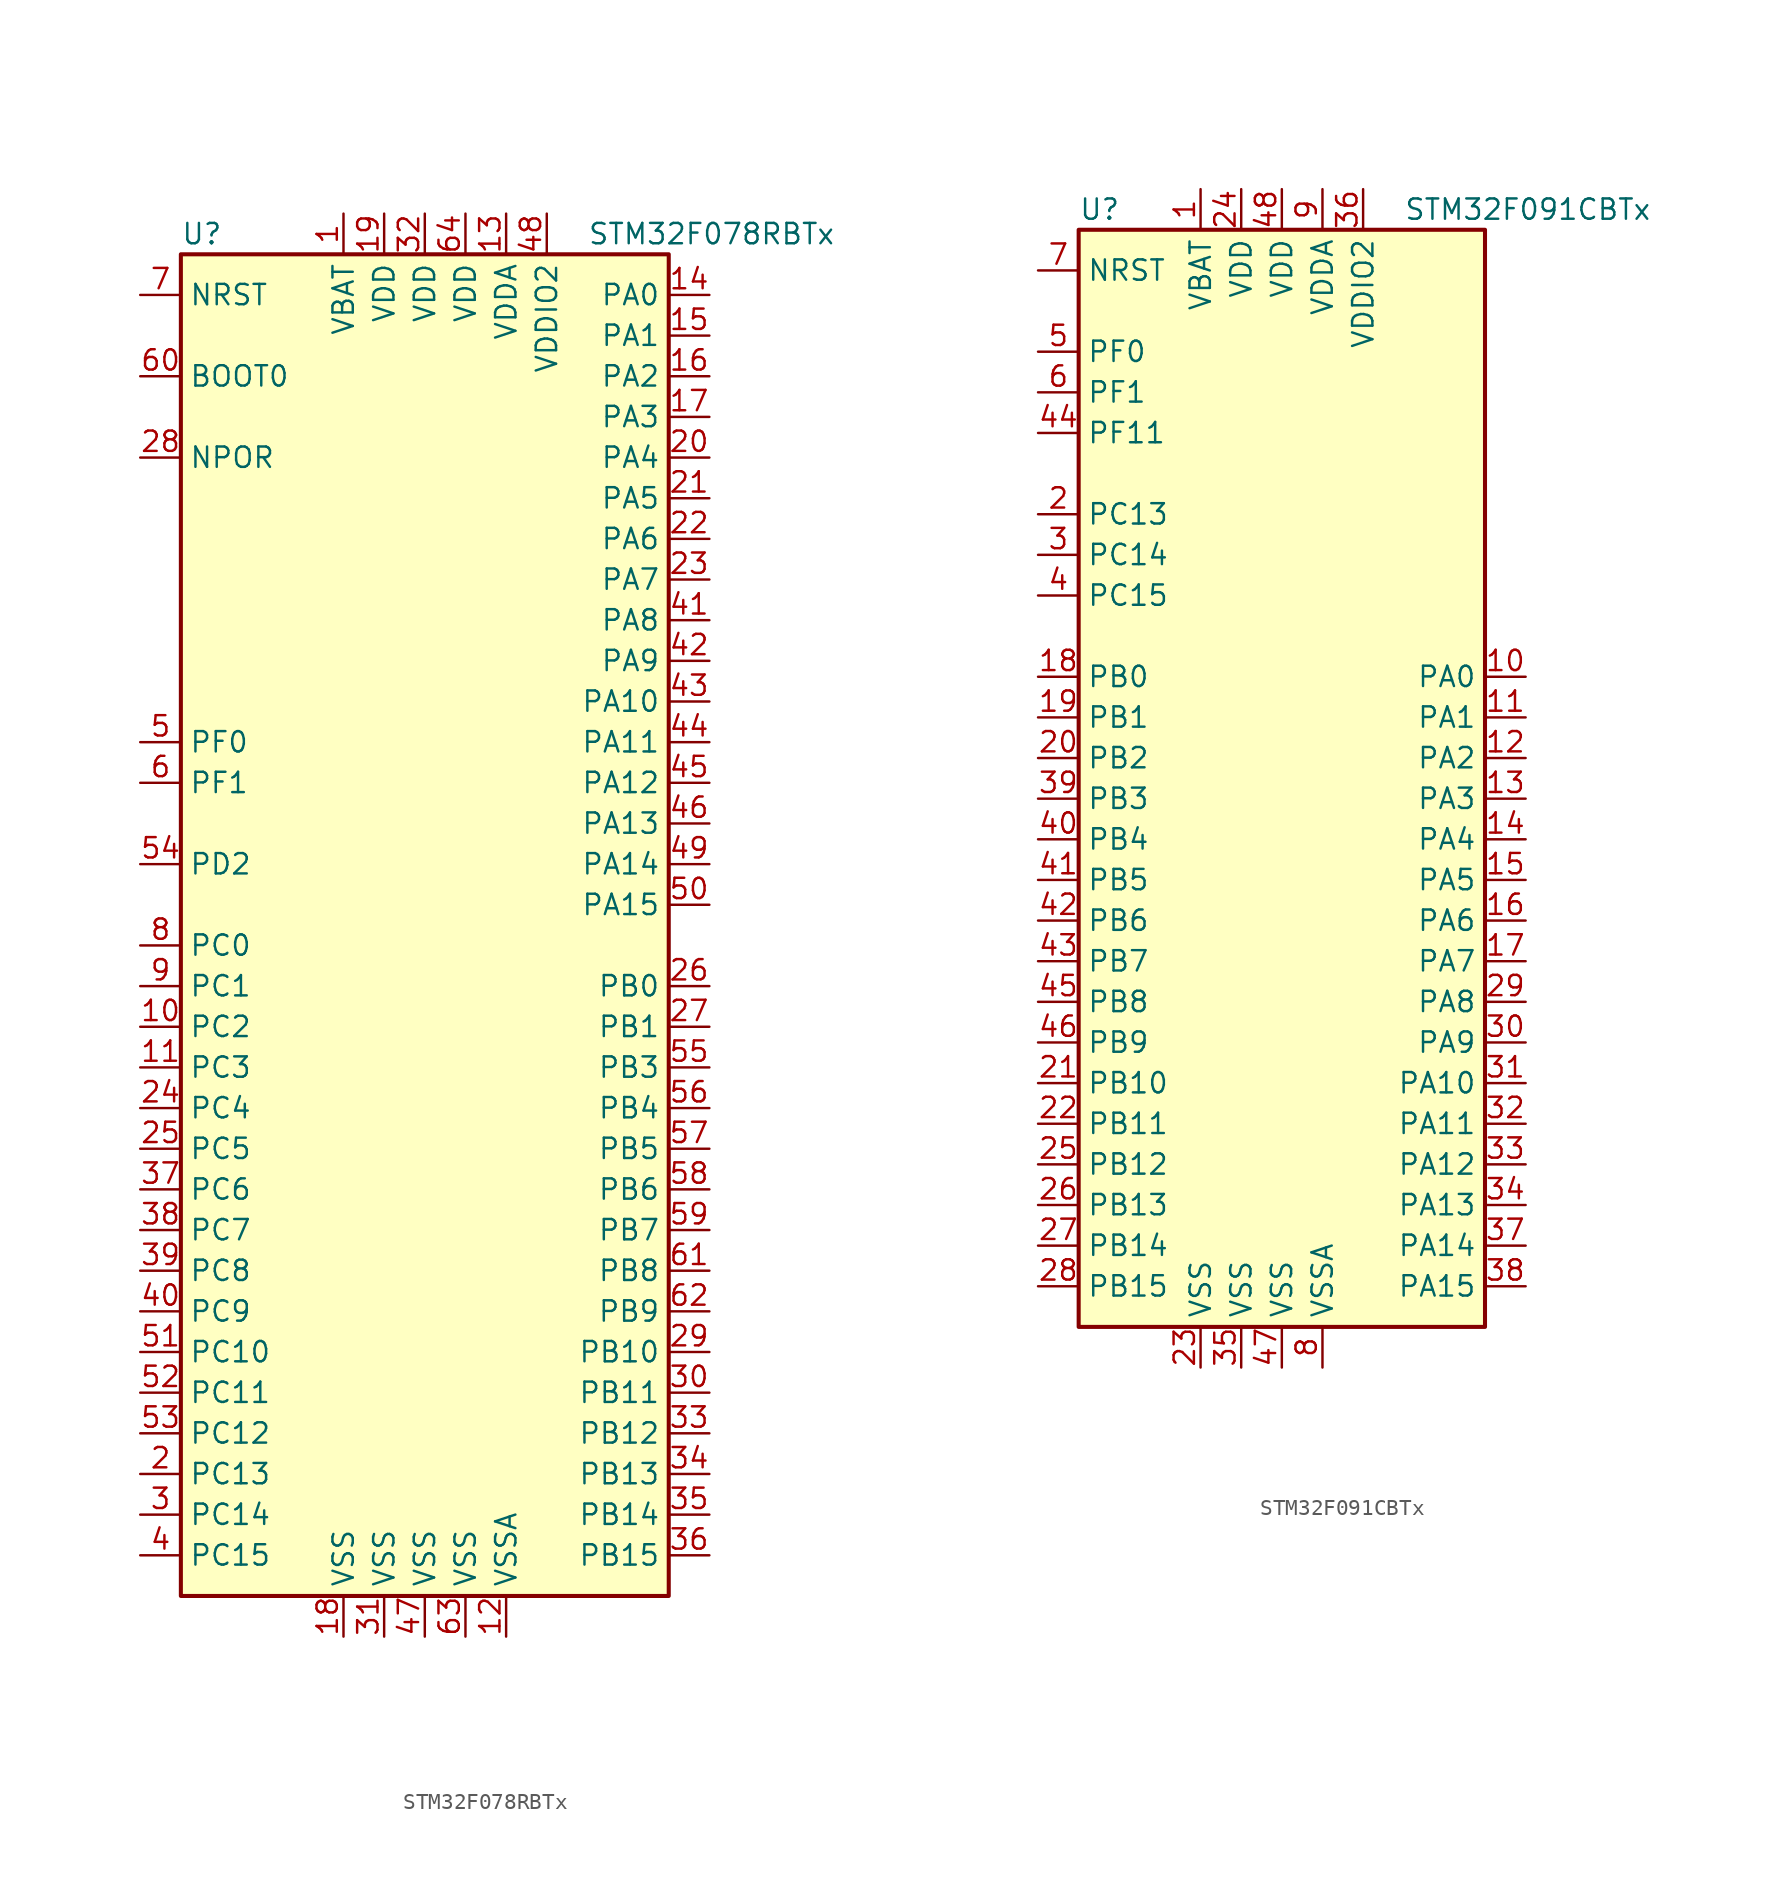
<source format=kicad_sym>
(kicad_symbol_lib
  (version 20201005)
  (generator kicad_symbol_editor)
  (symbol "MCU_ST_STM32F0:STM32F078RBTx"
    (property "Reference" "U"
      (at -15.24 41.91 0)
      (effects (font (size 1.27 1.27)) (justify left)))
    (property "Value" "STM32F078RBTx"
      (at 10.16 41.91 0)
      (effects (font (size 1.27 1.27)) (justify left)))
    (symbol "STM32F078RBTx_0_1"
      (rectangle (start -15.24 -43.18) (end 15.24 40.64) (stroke (width 0.254)) (fill (type background))))
    (symbol "STM32F078RBTx_1_1"
      (pin power_in line (at -5.08 43.18 270) (length 2.54) (name "VBAT" (effects (font (size 1.27 1.27)))) (number "1" (effects (font (size 1.27 1.27)))))
      (pin bidirectional line (at -17.78 -7.62 0) (length 2.54) (name "PC2" (effects (font (size 1.27 1.27)))) (number "10" (effects (font (size 1.27 1.27)))))
      (pin bidirectional line (at -17.78 -10.16 0) (length 2.54) (name "PC3" (effects (font (size 1.27 1.27)))) (number "11" (effects (font (size 1.27 1.27)))))
      (pin power_in line (at 5.08 -45.72 90) (length 2.54) (name "VSSA" (effects (font (size 1.27 1.27)))) (number "12" (effects (font (size 1.27 1.27)))))
      (pin power_in line (at 5.08 43.18 270) (length 2.54) (name "VDDA" (effects (font (size 1.27 1.27)))) (number "13" (effects (font (size 1.27 1.27)))))
      (pin bidirectional line (at 17.78 38.1 180) (length 2.54) (name "PA0" (effects (font (size 1.27 1.27)))) (number "14" (effects (font (size 1.27 1.27)))))
      (pin bidirectional line (at 17.78 35.56 180) (length 2.54) (name "PA1" (effects (font (size 1.27 1.27)))) (number "15" (effects (font (size 1.27 1.27)))))
      (pin bidirectional line (at 17.78 33.02 180) (length 2.54) (name "PA2" (effects (font (size 1.27 1.27)))) (number "16" (effects (font (size 1.27 1.27)))))
      (pin bidirectional line (at 17.78 30.48 180) (length 2.54) (name "PA3" (effects (font (size 1.27 1.27)))) (number "17" (effects (font (size 1.27 1.27)))))
      (pin power_in line (at -5.08 -45.72 90) (length 2.54) (name "VSS" (effects (font (size 1.27 1.27)))) (number "18" (effects (font (size 1.27 1.27)))))
      (pin power_in line (at -2.54 43.18 270) (length 2.54) (name "VDD" (effects (font (size 1.27 1.27)))) (number "19" (effects (font (size 1.27 1.27)))))
      (pin bidirectional line (at -17.78 -35.56 0) (length 2.54) (name "PC13" (effects (font (size 1.27 1.27)))) (number "2" (effects (font (size 1.27 1.27)))))
      (pin bidirectional line (at 17.78 27.94 180) (length 2.54) (name "PA4" (effects (font (size 1.27 1.27)))) (number "20" (effects (font (size 1.27 1.27)))))
      (pin bidirectional line (at 17.78 25.4 180) (length 2.54) (name "PA5" (effects (font (size 1.27 1.27)))) (number "21" (effects (font (size 1.27 1.27)))))
      (pin bidirectional line (at 17.78 22.86 180) (length 2.54) (name "PA6" (effects (font (size 1.27 1.27)))) (number "22" (effects (font (size 1.27 1.27)))))
      (pin bidirectional line (at 17.78 20.32 180) (length 2.54) (name "PA7" (effects (font (size 1.27 1.27)))) (number "23" (effects (font (size 1.27 1.27)))))
      (pin bidirectional line (at -17.78 -12.7 0) (length 2.54) (name "PC4" (effects (font (size 1.27 1.27)))) (number "24" (effects (font (size 1.27 1.27)))))
      (pin bidirectional line (at -17.78 -15.24 0) (length 2.54) (name "PC5" (effects (font (size 1.27 1.27)))) (number "25" (effects (font (size 1.27 1.27)))))
      (pin bidirectional line (at 17.78 -5.08 180) (length 2.54) (name "PB0" (effects (font (size 1.27 1.27)))) (number "26" (effects (font (size 1.27 1.27)))))
      (pin bidirectional line (at 17.78 -7.62 180) (length 2.54) (name "PB1" (effects (font (size 1.27 1.27)))) (number "27" (effects (font (size 1.27 1.27)))))
      (pin power_in line (at -17.78 27.94 0) (length 2.54) (name "NPOR" (effects (font (size 1.27 1.27)))) (number "28" (effects (font (size 1.27 1.27)))))
      (pin bidirectional line (at 17.78 -27.94 180) (length 2.54) (name "PB10" (effects (font (size 1.27 1.27)))) (number "29" (effects (font (size 1.27 1.27)))))
      (pin bidirectional line (at -17.78 -38.1 0) (length 2.54) (name "PC14" (effects (font (size 1.27 1.27)))) (number "3" (effects (font (size 1.27 1.27)))))
      (pin bidirectional line (at 17.78 -30.48 180) (length 2.54) (name "PB11" (effects (font (size 1.27 1.27)))) (number "30" (effects (font (size 1.27 1.27)))))
      (pin power_in line (at -2.54 -45.72 90) (length 2.54) (name "VSS" (effects (font (size 1.27 1.27)))) (number "31" (effects (font (size 1.27 1.27)))))
      (pin power_in line (at 0 43.18 270) (length 2.54) (name "VDD" (effects (font (size 1.27 1.27)))) (number "32" (effects (font (size 1.27 1.27)))))
      (pin bidirectional line (at 17.78 -33.02 180) (length 2.54) (name "PB12" (effects (font (size 1.27 1.27)))) (number "33" (effects (font (size 1.27 1.27)))))
      (pin bidirectional line (at 17.78 -35.56 180) (length 2.54) (name "PB13" (effects (font (size 1.27 1.27)))) (number "34" (effects (font (size 1.27 1.27)))))
      (pin bidirectional line (at 17.78 -38.1 180) (length 2.54) (name "PB14" (effects (font (size 1.27 1.27)))) (number "35" (effects (font (size 1.27 1.27)))))
      (pin bidirectional line (at 17.78 -40.64 180) (length 2.54) (name "PB15" (effects (font (size 1.27 1.27)))) (number "36" (effects (font (size 1.27 1.27)))))
      (pin bidirectional line (at -17.78 -17.78 0) (length 2.54) (name "PC6" (effects (font (size 1.27 1.27)))) (number "37" (effects (font (size 1.27 1.27)))))
      (pin bidirectional line (at -17.78 -20.32 0) (length 2.54) (name "PC7" (effects (font (size 1.27 1.27)))) (number "38" (effects (font (size 1.27 1.27)))))
      (pin bidirectional line (at -17.78 -22.86 0) (length 2.54) (name "PC8" (effects (font (size 1.27 1.27)))) (number "39" (effects (font (size 1.27 1.27)))))
      (pin bidirectional line (at -17.78 -40.64 0) (length 2.54) (name "PC15" (effects (font (size 1.27 1.27)))) (number "4" (effects (font (size 1.27 1.27)))))
      (pin bidirectional line (at -17.78 -25.4 0) (length 2.54) (name "PC9" (effects (font (size 1.27 1.27)))) (number "40" (effects (font (size 1.27 1.27)))))
      (pin bidirectional line (at 17.78 17.78 180) (length 2.54) (name "PA8" (effects (font (size 1.27 1.27)))) (number "41" (effects (font (size 1.27 1.27)))))
      (pin bidirectional line (at 17.78 15.24 180) (length 2.54) (name "PA9" (effects (font (size 1.27 1.27)))) (number "42" (effects (font (size 1.27 1.27)))))
      (pin bidirectional line (at 17.78 12.7 180) (length 2.54) (name "PA10" (effects (font (size 1.27 1.27)))) (number "43" (effects (font (size 1.27 1.27)))))
      (pin bidirectional line (at 17.78 10.16 180) (length 2.54) (name "PA11" (effects (font (size 1.27 1.27)))) (number "44" (effects (font (size 1.27 1.27)))))
      (pin bidirectional line (at 17.78 7.62 180) (length 2.54) (name "PA12" (effects (font (size 1.27 1.27)))) (number "45" (effects (font (size 1.27 1.27)))))
      (pin bidirectional line (at 17.78 5.08 180) (length 2.54) (name "PA13" (effects (font (size 1.27 1.27)))) (number "46" (effects (font (size 1.27 1.27)))))
      (pin power_in line (at 0 -45.72 90) (length 2.54) (name "VSS" (effects (font (size 1.27 1.27)))) (number "47" (effects (font (size 1.27 1.27)))))
      (pin power_in line (at 7.62 43.18 270) (length 2.54) (name "VDDIO2" (effects (font (size 1.27 1.27)))) (number "48" (effects (font (size 1.27 1.27)))))
      (pin bidirectional line (at 17.78 2.54 180) (length 2.54) (name "PA14" (effects (font (size 1.27 1.27)))) (number "49" (effects (font (size 1.27 1.27)))))
      (pin input line (at -17.78 10.16 0) (length 2.54) (name "PF0" (effects (font (size 1.27 1.27)))) (number "5" (effects (font (size 1.27 1.27)))))
      (pin bidirectional line (at 17.78 0 180) (length 2.54) (name "PA15" (effects (font (size 1.27 1.27)))) (number "50" (effects (font (size 1.27 1.27)))))
      (pin bidirectional line (at -17.78 -27.94 0) (length 2.54) (name "PC10" (effects (font (size 1.27 1.27)))) (number "51" (effects (font (size 1.27 1.27)))))
      (pin bidirectional line (at -17.78 -30.48 0) (length 2.54) (name "PC11" (effects (font (size 1.27 1.27)))) (number "52" (effects (font (size 1.27 1.27)))))
      (pin bidirectional line (at -17.78 -33.02 0) (length 2.54) (name "PC12" (effects (font (size 1.27 1.27)))) (number "53" (effects (font (size 1.27 1.27)))))
      (pin bidirectional line (at -17.78 2.54 0) (length 2.54) (name "PD2" (effects (font (size 1.27 1.27)))) (number "54" (effects (font (size 1.27 1.27)))))
      (pin bidirectional line (at 17.78 -10.16 180) (length 2.54) (name "PB3" (effects (font (size 1.27 1.27)))) (number "55" (effects (font (size 1.27 1.27)))))
      (pin bidirectional line (at 17.78 -12.7 180) (length 2.54) (name "PB4" (effects (font (size 1.27 1.27)))) (number "56" (effects (font (size 1.27 1.27)))))
      (pin bidirectional line (at 17.78 -15.24 180) (length 2.54) (name "PB5" (effects (font (size 1.27 1.27)))) (number "57" (effects (font (size 1.27 1.27)))))
      (pin bidirectional line (at 17.78 -17.78 180) (length 2.54) (name "PB6" (effects (font (size 1.27 1.27)))) (number "58" (effects (font (size 1.27 1.27)))))
      (pin bidirectional line (at 17.78 -20.32 180) (length 2.54) (name "PB7" (effects (font (size 1.27 1.27)))) (number "59" (effects (font (size 1.27 1.27)))))
      (pin input line (at -17.78 7.62 0) (length 2.54) (name "PF1" (effects (font (size 1.27 1.27)))) (number "6" (effects (font (size 1.27 1.27)))))
      (pin input line (at -17.78 33.02 0) (length 2.54) (name "BOOT0" (effects (font (size 1.27 1.27)))) (number "60" (effects (font (size 1.27 1.27)))))
      (pin bidirectional line (at 17.78 -22.86 180) (length 2.54) (name "PB8" (effects (font (size 1.27 1.27)))) (number "61" (effects (font (size 1.27 1.27)))))
      (pin bidirectional line (at 17.78 -25.4 180) (length 2.54) (name "PB9" (effects (font (size 1.27 1.27)))) (number "62" (effects (font (size 1.27 1.27)))))
      (pin power_in line (at 2.54 -45.72 90) (length 2.54) (name "VSS" (effects (font (size 1.27 1.27)))) (number "63" (effects (font (size 1.27 1.27)))))
      (pin power_in line (at 2.54 43.18 270) (length 2.54) (name "VDD" (effects (font (size 1.27 1.27)))) (number "64" (effects (font (size 1.27 1.27)))))
      (pin input line (at -17.78 38.1 0) (length 2.54) (name "NRST" (effects (font (size 1.27 1.27)))) (number "7" (effects (font (size 1.27 1.27)))))
      (pin bidirectional line (at -17.78 -2.54 0) (length 2.54) (name "PC0" (effects (font (size 1.27 1.27)))) (number "8" (effects (font (size 1.27 1.27)))))
      (pin bidirectional line (at -17.78 -5.08 0) (length 2.54) (name "PC1" (effects (font (size 1.27 1.27)))) (number "9" (effects (font (size 1.27 1.27)))))))
  (symbol "MCU_ST_STM32F0:STM32F091CBTx"
    (property "Reference" "U"
      (at -12.7 34.29 0)
      (effects (font (size 1.27 1.27)) (justify left)))
    (property "Value" "STM32F091CBTx"
      (at 7.62 34.29 0)
      (effects (font (size 1.27 1.27)) (justify left)))
    (symbol "STM32F091CBTx_0_1"
      (rectangle (start -12.7 -35.56) (end 12.7 33.02) (stroke (width 0.254)) (fill (type background))))
    (symbol "STM32F091CBTx_1_1"
      (pin power_in line (at -5.08 35.56 270) (length 2.54) (name "VBAT" (effects (font (size 1.27 1.27)))) (number "1" (effects (font (size 1.27 1.27)))))
      (pin bidirectional line (at 15.24 5.08 180) (length 2.54) (name "PA0" (effects (font (size 1.27 1.27)))) (number "10" (effects (font (size 1.27 1.27)))))
      (pin bidirectional line (at 15.24 2.54 180) (length 2.54) (name "PA1" (effects (font (size 1.27 1.27)))) (number "11" (effects (font (size 1.27 1.27)))))
      (pin bidirectional line (at 15.24 0 180) (length 2.54) (name "PA2" (effects (font (size 1.27 1.27)))) (number "12" (effects (font (size 1.27 1.27)))))
      (pin bidirectional line (at 15.24 -2.54 180) (length 2.54) (name "PA3" (effects (font (size 1.27 1.27)))) (number "13" (effects (font (size 1.27 1.27)))))
      (pin bidirectional line (at 15.24 -5.08 180) (length 2.54) (name "PA4" (effects (font (size 1.27 1.27)))) (number "14" (effects (font (size 1.27 1.27)))))
      (pin bidirectional line (at 15.24 -7.62 180) (length 2.54) (name "PA5" (effects (font (size 1.27 1.27)))) (number "15" (effects (font (size 1.27 1.27)))))
      (pin bidirectional line (at 15.24 -10.16 180) (length 2.54) (name "PA6" (effects (font (size 1.27 1.27)))) (number "16" (effects (font (size 1.27 1.27)))))
      (pin bidirectional line (at 15.24 -12.7 180) (length 2.54) (name "PA7" (effects (font (size 1.27 1.27)))) (number "17" (effects (font (size 1.27 1.27)))))
      (pin bidirectional line (at -15.24 5.08 0) (length 2.54) (name "PB0" (effects (font (size 1.27 1.27)))) (number "18" (effects (font (size 1.27 1.27)))))
      (pin bidirectional line (at -15.24 2.54 0) (length 2.54) (name "PB1" (effects (font (size 1.27 1.27)))) (number "19" (effects (font (size 1.27 1.27)))))
      (pin bidirectional line (at -15.24 15.24 0) (length 2.54) (name "PC13" (effects (font (size 1.27 1.27)))) (number "2" (effects (font (size 1.27 1.27)))))
      (pin bidirectional line (at -15.24 0 0) (length 2.54) (name "PB2" (effects (font (size 1.27 1.27)))) (number "20" (effects (font (size 1.27 1.27)))))
      (pin bidirectional line (at -15.24 -20.32 0) (length 2.54) (name "PB10" (effects (font (size 1.27 1.27)))) (number "21" (effects (font (size 1.27 1.27)))))
      (pin bidirectional line (at -15.24 -22.86 0) (length 2.54) (name "PB11" (effects (font (size 1.27 1.27)))) (number "22" (effects (font (size 1.27 1.27)))))
      (pin power_in line (at -5.08 -38.1 90) (length 2.54) (name "VSS" (effects (font (size 1.27 1.27)))) (number "23" (effects (font (size 1.27 1.27)))))
      (pin power_in line (at -2.54 35.56 270) (length 2.54) (name "VDD" (effects (font (size 1.27 1.27)))) (number "24" (effects (font (size 1.27 1.27)))))
      (pin bidirectional line (at -15.24 -25.4 0) (length 2.54) (name "PB12" (effects (font (size 1.27 1.27)))) (number "25" (effects (font (size 1.27 1.27)))))
      (pin bidirectional line (at -15.24 -27.94 0) (length 2.54) (name "PB13" (effects (font (size 1.27 1.27)))) (number "26" (effects (font (size 1.27 1.27)))))
      (pin bidirectional line (at -15.24 -30.48 0) (length 2.54) (name "PB14" (effects (font (size 1.27 1.27)))) (number "27" (effects (font (size 1.27 1.27)))))
      (pin bidirectional line (at -15.24 -33.02 0) (length 2.54) (name "PB15" (effects (font (size 1.27 1.27)))) (number "28" (effects (font (size 1.27 1.27)))))
      (pin bidirectional line (at 15.24 -15.24 180) (length 2.54) (name "PA8" (effects (font (size 1.27 1.27)))) (number "29" (effects (font (size 1.27 1.27)))))
      (pin bidirectional line (at -15.24 12.7 0) (length 2.54) (name "PC14" (effects (font (size 1.27 1.27)))) (number "3" (effects (font (size 1.27 1.27)))))
      (pin bidirectional line (at 15.24 -17.78 180) (length 2.54) (name "PA9" (effects (font (size 1.27 1.27)))) (number "30" (effects (font (size 1.27 1.27)))))
      (pin bidirectional line (at 15.24 -20.32 180) (length 2.54) (name "PA10" (effects (font (size 1.27 1.27)))) (number "31" (effects (font (size 1.27 1.27)))))
      (pin bidirectional line (at 15.24 -22.86 180) (length 2.54) (name "PA11" (effects (font (size 1.27 1.27)))) (number "32" (effects (font (size 1.27 1.27)))))
      (pin bidirectional line (at 15.24 -25.4 180) (length 2.54) (name "PA12" (effects (font (size 1.27 1.27)))) (number "33" (effects (font (size 1.27 1.27)))))
      (pin bidirectional line (at 15.24 -27.94 180) (length 2.54) (name "PA13" (effects (font (size 1.27 1.27)))) (number "34" (effects (font (size 1.27 1.27)))))
      (pin power_in line (at -2.54 -38.1 90) (length 2.54) (name "VSS" (effects (font (size 1.27 1.27)))) (number "35" (effects (font (size 1.27 1.27)))))
      (pin power_in line (at 5.08 35.56 270) (length 2.54) (name "VDDIO2" (effects (font (size 1.27 1.27)))) (number "36" (effects (font (size 1.27 1.27)))))
      (pin bidirectional line (at 15.24 -30.48 180) (length 2.54) (name "PA14" (effects (font (size 1.27 1.27)))) (number "37" (effects (font (size 1.27 1.27)))))
      (pin bidirectional line (at 15.24 -33.02 180) (length 2.54) (name "PA15" (effects (font (size 1.27 1.27)))) (number "38" (effects (font (size 1.27 1.27)))))
      (pin bidirectional line (at -15.24 -2.54 0) (length 2.54) (name "PB3" (effects (font (size 1.27 1.27)))) (number "39" (effects (font (size 1.27 1.27)))))
      (pin bidirectional line (at -15.24 10.16 0) (length 2.54) (name "PC15" (effects (font (size 1.27 1.27)))) (number "4" (effects (font (size 1.27 1.27)))))
      (pin bidirectional line (at -15.24 -5.08 0) (length 2.54) (name "PB4" (effects (font (size 1.27 1.27)))) (number "40" (effects (font (size 1.27 1.27)))))
      (pin bidirectional line (at -15.24 -7.62 0) (length 2.54) (name "PB5" (effects (font (size 1.27 1.27)))) (number "41" (effects (font (size 1.27 1.27)))))
      (pin bidirectional line (at -15.24 -10.16 0) (length 2.54) (name "PB6" (effects (font (size 1.27 1.27)))) (number "42" (effects (font (size 1.27 1.27)))))
      (pin bidirectional line (at -15.24 -12.7 0) (length 2.54) (name "PB7" (effects (font (size 1.27 1.27)))) (number "43" (effects (font (size 1.27 1.27)))))
      (pin bidirectional line (at -15.24 20.32 0) (length 2.54) (name "PF11" (effects (font (size 1.27 1.27)))) (number "44" (effects (font (size 1.27 1.27)))))
      (pin bidirectional line (at -15.24 -15.24 0) (length 2.54) (name "PB8" (effects (font (size 1.27 1.27)))) (number "45" (effects (font (size 1.27 1.27)))))
      (pin bidirectional line (at -15.24 -17.78 0) (length 2.54) (name "PB9" (effects (font (size 1.27 1.27)))) (number "46" (effects (font (size 1.27 1.27)))))
      (pin power_in line (at 0 -38.1 90) (length 2.54) (name "VSS" (effects (font (size 1.27 1.27)))) (number "47" (effects (font (size 1.27 1.27)))))
      (pin power_in line (at 0 35.56 270) (length 2.54) (name "VDD" (effects (font (size 1.27 1.27)))) (number "48" (effects (font (size 1.27 1.27)))))
      (pin input line (at -15.24 25.4 0) (length 2.54) (name "PF0" (effects (font (size 1.27 1.27)))) (number "5" (effects (font (size 1.27 1.27)))))
      (pin input line (at -15.24 22.86 0) (length 2.54) (name "PF1" (effects (font (size 1.27 1.27)))) (number "6" (effects (font (size 1.27 1.27)))))
      (pin input line (at -15.24 30.48 0) (length 2.54) (name "NRST" (effects (font (size 1.27 1.27)))) (number "7" (effects (font (size 1.27 1.27)))))
      (pin power_in line (at 2.54 -38.1 90) (length 2.54) (name "VSSA" (effects (font (size 1.27 1.27)))) (number "8" (effects (font (size 1.27 1.27)))))
      (pin power_in line (at 2.54 35.56 270) (length 2.54) (name "VDDA" (effects (font (size 1.27 1.27)))) (number "9" (effects (font (size 1.27 1.27))))))))
</source>
